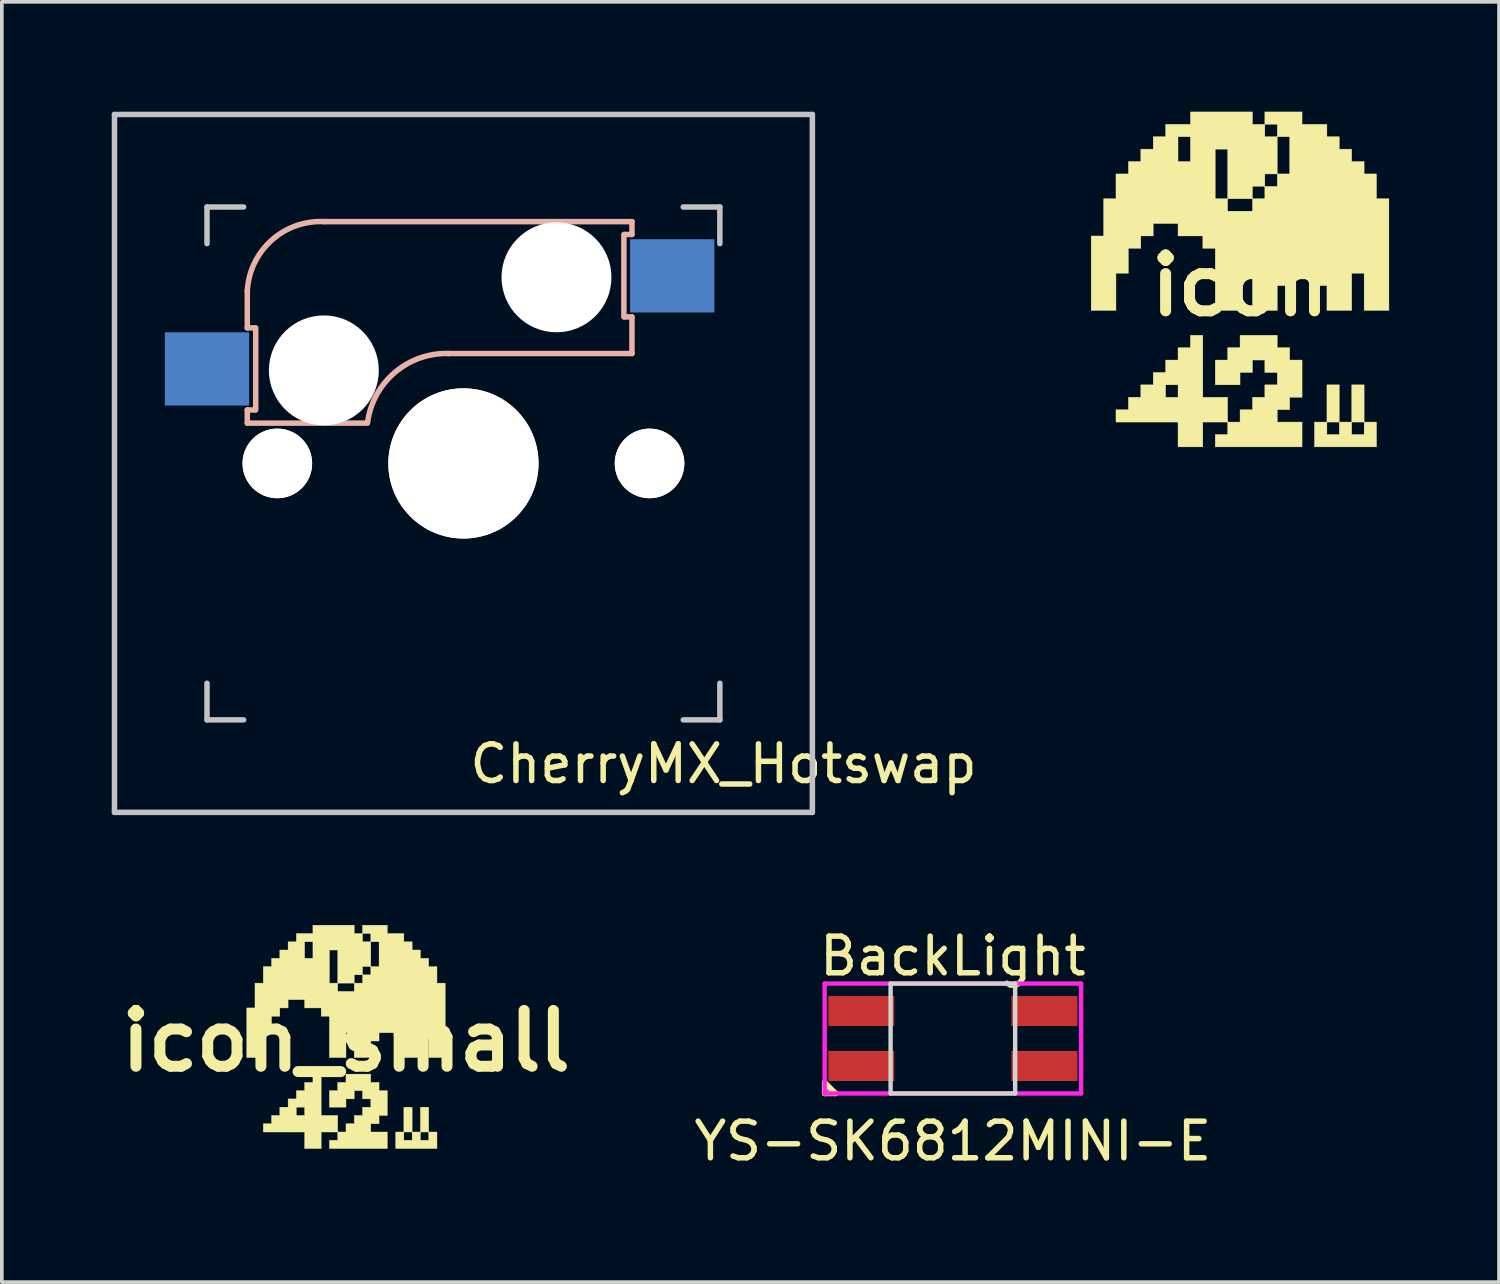
<source format=kicad_pcb>
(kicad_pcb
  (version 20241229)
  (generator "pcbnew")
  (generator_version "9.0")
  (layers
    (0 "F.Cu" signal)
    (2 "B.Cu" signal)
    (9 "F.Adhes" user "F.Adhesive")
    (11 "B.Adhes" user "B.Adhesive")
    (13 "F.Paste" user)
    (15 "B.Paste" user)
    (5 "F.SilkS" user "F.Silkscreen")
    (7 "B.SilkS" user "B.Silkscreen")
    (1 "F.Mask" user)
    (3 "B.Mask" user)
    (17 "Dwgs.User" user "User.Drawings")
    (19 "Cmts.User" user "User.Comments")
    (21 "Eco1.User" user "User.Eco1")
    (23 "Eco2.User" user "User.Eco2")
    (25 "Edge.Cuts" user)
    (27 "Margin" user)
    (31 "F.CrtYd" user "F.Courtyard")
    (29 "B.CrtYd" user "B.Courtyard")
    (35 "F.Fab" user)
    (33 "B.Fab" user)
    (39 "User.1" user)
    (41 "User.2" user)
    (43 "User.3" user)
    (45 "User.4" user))
  (footprint "YS-SK6812MINI-E"
    (layer "F.Cu")
    (at 22.96 25.298)
    (property "Reference" "YS-SK6812MINI-E" (at 0 2.8 0) (unlocked yes) (layer "F.SilkS") (effects (font (size 1 1) (thickness 0.15))))
    (attr through_hole)
    (fp_line (start -3.5 1.2) (end -3.2 1.5) (stroke (width 0.15) (type solid)) (layer "F.SilkS"))
    (fp_line (start -3.5 1.5) (end -3.5 1.2) (stroke (width 0.15) (type solid)) (layer "F.SilkS"))
    (fp_line (start -3.2 1.5) (end -3.5 1.5) (stroke (width 0.15) (type solid)) (layer "F.SilkS"))
    (fp_line (start -1.7 -1.5) (end -1.7 1.5) (stroke (width 0.12) (type solid)) (layer "Edge.Cuts"))
    (fp_line (start -1.7 1.5) (end 1.7 1.5) (stroke (width 0.12) (type solid)) (layer "Edge.Cuts"))
    (fp_line (start 1.7 -1.5) (end -1.7 -1.5) (stroke (width 0.12) (type solid)) (layer "Edge.Cuts"))
    (fp_line (start 1.7 1.5) (end 1.7 -1.5) (stroke (width 0.12) (type solid)) (layer "Edge.Cuts"))
    (fp_line (start -3.5 -1.5) (end -3.5 1.5) (stroke (width 0.12) (type solid)) (layer "F.CrtYd"))
    (fp_line (start -3.5 1.5) (end 3.5 1.5) (stroke (width 0.12) (type solid)) (layer "F.CrtYd"))
    (fp_line (start 3.5 -1.5) (end -3.5 -1.5) (stroke (width 0.12) (type solid)) (layer "F.CrtYd"))
    (fp_line (start 3.5 1.5) (end 3.5 -1.5) (stroke (width 0.12) (type solid)) (layer "F.CrtYd"))
    (fp_text user "BackLight" (at 0 -2.25 0) (unlocked yes) (layer "F.SilkS") (effects (font (size 1 1) (thickness 0.15))))
    (pad "1" smd rect (at 2.5 -0.75) (size 1.8 0.82) (layers "F.Cu" "F.Mask" "F.Paste"))
    (pad "2" smd rect (at 2.5 0.75) (size 1.8 0.82) (layers "F.Cu" "F.Mask" "F.Paste"))
    (pad "3" smd rect (at -2.5 0.75) (size 1.8 0.82) (layers "F.Cu" "F.Mask" "F.Paste"))
    (pad "4" smd rect (at -2.5 -0.75) (size 1.8 0.82) (layers "F.Cu" "F.Mask" "F.Paste")))
  (footprint "icon_small"
    (layer "F.Cu")
    (at 6.394 25.366)
    (property "Reference" "icon_small" (at 0 0 0) (layer "F.SilkS") (effects (font (size 1.524 1.524) (thickness 0.3))))
    (attr through_hole)
    (fp_poly (pts (xy 2.484 2.484) (xy 2.484 2.935) (xy 1.355 2.935) (xy 1.355 2.484) (xy 1.58 2.484) (xy 1.58 2.709) (xy 1.806 2.709) (xy 1.806 2.484) (xy 1.58 2.484) (xy 1.58 1.806) (xy 1.806 1.806) (xy 1.806 2.484) (xy 2.032 2.484) (xy 2.032 2.709) (xy 2.258 2.709) (xy 2.258 2.484) (xy 2.032 2.484) (xy 2.032 1.806) (xy 2.258 1.806) (xy 2.258 2.484) (xy 2.484 2.484)) (stroke (width 0.01) (type solid)) (fill yes) (layer "F.SilkS"))
    (fp_poly (pts (xy -0.677 2.484) (xy -0.677 2.935) (xy -1.129 2.935) (xy -1.129 2.484) (xy -2.258 2.484) (xy -2.258 2.258) (xy -2.032 2.258) (xy -2.032 2.032) (xy -1.806 2.032) (xy -1.806 1.806) (xy -1.58 1.806) (xy -1.355 1.806) (xy -1.355 2.032) (xy -1.129 2.032) (xy -1.129 1.806) (xy -1.355 1.806) (xy -1.58 1.806) (xy -1.58 1.58) (xy -1.355 1.58) (xy -1.355 1.355) (xy -1.129 1.355) (xy -1.129 1.129) (xy -0.903 1.129) (xy -0.903 0.903) (xy -0.677 0.903) (xy -0.677 2.032) (xy -0.226 2.032) (xy -0.226 2.484) (xy -0.677 2.484)) (stroke (width 0.01) (type solid)) (fill yes) (layer "F.SilkS"))
    (fp_poly (pts (xy 0 2.484) (xy 0 2.258) (xy 0.226 2.258) (xy 0.226 2.032) (xy 0.452 2.032) (xy 0.452 1.806) (xy 0.677 1.806) (xy 0.677 1.58) (xy 0.452 1.58) (xy 0.452 1.355) (xy 0.226 1.355) (xy 0.226 1.58) (xy 0 1.58) (xy 0 1.806) (xy -0.452 1.806) (xy -0.452 1.355) (xy -0.226 1.355) (xy -0.226 1.129) (xy 0 1.129) (xy 0 0.903) (xy 0.677 0.903) (xy 0.677 1.129) (xy 0.903 1.129) (xy 0.903 1.355) (xy 1.129 1.355) (xy 1.129 2.032) (xy 0.903 2.032) (xy 0.903 2.258) (xy 0.677 2.258) (xy 0.677 2.484) (xy 1.129 2.484) (xy 1.129 2.935) (xy -0.452 2.935) (xy -0.452 2.709) (xy -0.226 2.709) (xy -0.226 2.484) (xy 0 2.484)) (stroke (width 0.01) (type solid)) (fill yes) (layer "F.SilkS"))
    (fp_poly (pts (xy 0.226 -2.935) (xy 0.452 -2.935) (xy 0.452 -2.709) (xy 0.677 -2.709) (xy 0.677 -2.032) (xy 0.903 -2.032) (xy 0.903 -2.709) (xy 0.677 -2.709) (xy 0.677 -2.935) (xy 0.452 -2.935) (xy 0.452 -3.161) (xy 1.129 -3.161) (xy 1.129 -2.935) (xy 1.58 -2.935) (xy 1.58 -2.709) (xy 1.806 -2.709) (xy 1.806 -2.484) (xy 2.032 -2.484) (xy 2.032 -2.258) (xy 2.258 -2.258) (xy 2.258 -2.032) (xy 2.484 -2.032) (xy 2.484 -1.58) (xy 2.709 -1.58) (xy 2.709 0.452) (xy 2.258 0.452) (xy 2.258 -0.226) (xy 2.032 -0.226) (xy 2.032 0.452) (xy 1.58 0.452) (xy 1.58 0) (xy 1.355 0) (xy 1.355 -0.226) (xy 0.903 -0.226) (xy 0.903 0) (xy 0.677 0) (xy 0.677 0.452) (xy 0.226 0.452) (xy 0.226 -0.226) (xy 0 -0.226) (xy 0 0.452) (xy -0.452 0.452) (xy -0.452 -0.677) (xy -0.677 -0.677) (xy -0.677 -0.903) (xy -1.129 -0.903) (xy -1.129 -1.129) (xy -1.58 -1.129) (xy -1.58 -0.903) (xy -1.806 -0.903) (xy -1.806 -0.677) (xy -2.032 -0.677) (xy -2.032 -0.226) (xy -2.258 -0.226) (xy -2.258 0.452) (xy -2.709 0.452) (xy -2.709 -0.903) (xy -2.484 -0.903) (xy -2.484 -1.355) (xy -0.226 -1.355) (xy 0.226 -1.355) (xy 0.226 -1.58) (xy -0.226 -1.58) (xy -0.226 -1.355) (xy -2.484 -1.355) (xy -2.484 -1.58) (xy -2.258 -1.58) (xy -2.258 -2.032) (xy -2.032 -2.032) (xy -2.032 -2.258) (xy -1.806 -2.258) (xy -1.806 -2.484) (xy -1.58 -2.484) (xy -1.58 -2.709) (xy -1.355 -2.709) (xy -1.129 -2.709) (xy -1.129 -2.258) (xy -0.903 -2.258) (xy -0.903 -2.484) (xy -0.452 -2.484) (xy -0.452 -1.58) (xy -0.226 -1.58) (xy -0.226 -1.806) (xy 0.226 -1.806) (xy 0.226 -1.58) (xy 0.452 -1.58) (xy 0.452 -1.806) (xy 0.226 -1.806) (xy -0.226 -1.806) (xy -0.226 -2.032) (xy 0.452 -2.032) (xy 0.452 -1.806) (xy 0.677 -1.806) (xy 0.677 -2.032) (xy 0.452 -2.032) (xy -0.226 -2.032) (xy -0.226 -2.484) (xy -0.452 -2.484) (xy -0.903 -2.484) (xy -0.903 -2.709) (xy -1.129 -2.709) (xy -1.355 -2.709) (xy -1.355 -2.935) (xy -0.903 -2.935) (xy -0.903 -3.161) (xy 0.226 -3.161) (xy 0.226 -2.935)) (stroke (width 0.01) (type solid)) (fill yes) (layer "F.SilkS")))
  (footprint "CherryMX_Hotswap"
    (layer "F.Cu")
    (at 9.6 9.6)
    (property "Reference" "CherryMX_Hotswap" (at 7.1 8.2 180) (layer "F.SilkS") (effects (font (size 1 1) (thickness 0.15))))
    (attr through_hole)
    (fp_line (start -5.9 -4.7) (end -5.9 -3.7) (stroke (width 0.15) (type solid)) (layer "B.SilkS"))
    (fp_line (start -5.9 -3.7) (end -5.7 -3.7) (stroke (width 0.15) (type solid)) (layer "B.SilkS"))
    (fp_line (start -5.9 -1.1) (end -5.9 -1.46) (stroke (width 0.15) (type solid)) (layer "B.SilkS"))
    (fp_line (start -5.9 -1.1) (end -2.62 -1.1) (stroke (width 0.15) (type solid)) (layer "B.SilkS"))
    (fp_line (start -5.7 -1.46) (end -5.9 -1.46) (stroke (width 0.15) (type solid)) (layer "B.SilkS"))
    (fp_line (start -5.67 -3.7) (end -5.67 -1.46) (stroke (width 0.15) (type solid)) (layer "B.SilkS"))
    (fp_line (start -0.4 -3) (end 4.6 -3) (stroke (width 0.15) (type solid)) (layer "B.SilkS"))
    (fp_line (start 4.38 -4) (end 4.38 -6.25) (stroke (width 0.15) (type solid)) (layer "B.SilkS"))
    (fp_line (start 4.4 -6.25) (end 4.6 -6.25) (stroke (width 0.15) (type solid)) (layer "B.SilkS"))
    (fp_line (start 4.6 -6.6) (end -3.8 -6.6) (stroke (width 0.15) (type solid)) (layer "B.SilkS"))
    (fp_line (start 4.6 -6.25) (end 4.6 -6.6) (stroke (width 0.15) (type solid)) (layer "B.SilkS"))
    (fp_line (start 4.6 -4) (end 4.4 -4) (stroke (width 0.15) (type solid)) (layer "B.SilkS"))
    (fp_line (start 4.6 -3) (end 4.6 -4) (stroke (width 0.15) (type solid)) (layer "B.SilkS"))
    (fp_arc (start -5.9 -4.699999) (mid -5.243504 -6.084924) (end -3.800001 -6.6) (stroke (width 0.15) (type solid)) (layer "B.SilkS"))
    (fp_arc (start -2.616318 -1.121471) (mid -1.868709 -2.486118) (end -0.4 -3) (stroke (width 0.15) (type solid)) (layer "B.SilkS"))
    (fp_line (start -9.525 -9.525) (end 9.525 -9.525) (stroke (width 0.15) (type solid)) (layer "Dwgs.User"))
    (fp_line (start -9.525 9.525) (end -9.525 -9.525) (stroke (width 0.15) (type solid)) (layer "Dwgs.User"))
    (fp_line (start -7 -7) (end -6 -7) (stroke (width 0.15) (type solid)) (layer "Dwgs.User"))
    (fp_line (start -7 -6) (end -7 -7) (stroke (width 0.15) (type solid)) (layer "Dwgs.User"))
    (fp_line (start -7 6) (end -7 7) (stroke (width 0.15) (type solid)) (layer "Dwgs.User"))
    (fp_line (start -7 7) (end -6 7) (stroke (width 0.15) (type solid)) (layer "Dwgs.User"))
    (fp_line (start 6 7) (end 7 7) (stroke (width 0.15) (type solid)) (layer "Dwgs.User"))
    (fp_line (start 7 -7) (end 6 -7) (stroke (width 0.15) (type solid)) (layer "Dwgs.User"))
    (fp_line (start 7 -7) (end 7 -6) (stroke (width 0.15) (type solid)) (layer "Dwgs.User"))
    (fp_line (start 7 7) (end 7 6) (stroke (width 0.15) (type solid)) (layer "Dwgs.User"))
    (fp_line (start 9.525 -9.525) (end 9.525 9.525) (stroke (width 0.15) (type solid)) (layer "Dwgs.User"))
    (fp_line (start 9.525 9.525) (end -9.525 9.525) (stroke (width 0.15) (type solid)) (layer "Dwgs.User"))
    (pad "" np_thru_hole circle (at -5.08 0) (size 1.9 1.9) (drill 1.9) (layers "*.Cu" "*.Mask" "F.SilkS"))
    (pad "" np_thru_hole circle (at -3.81 -2.54 180) (size 3 3) (drill 3) (layers "*.Cu" "*.Mask"))
    (pad "" np_thru_hole circle (at 0 0 90) (size 4.1 4.1) (drill 4.1) (layers "*.Cu" "*.Mask" "F.SilkS"))
    (pad "" np_thru_hole circle (at 2.54 -5.08 180) (size 3 3) (drill 3) (layers "*.Cu" "*.Mask"))
    (pad "" np_thru_hole circle (at 5.08 0) (size 1.9 1.9) (drill 1.9) (layers "*.Cu" "*.Mask" "F.SilkS"))
    (pad "1" smd rect (at -7 -2.58 180) (size 2.3 2) (layers "B.Cu" "B.Mask" "B.Paste"))
    (pad "2" smd rect (at 5.7 -5.12 180) (size 2.3 2) (layers "B.Cu" "B.Mask" "B.Paste")))
  (footprint "icon"
    (layer "F.Cu")
    (at 30.799 4.746)
    (property "Reference" "icon" (at 0 0 0) (layer "F.SilkS") (effects (font (size 1.524 1.524) (thickness 0.3))))
    (attr through_hole)
    (fp_poly (pts (xy 3.725 3.725) (xy 3.725 4.403) (xy 2.032 4.403) (xy 2.032 3.725) (xy 2.371 3.725) (xy 2.371 4.064) (xy 2.709 4.064) (xy 2.709 3.725) (xy 2.371 3.725) (xy 2.371 2.709) (xy 2.709 2.709) (xy 2.709 3.725) (xy 3.048 3.725) (xy 3.048 4.064) (xy 3.387 4.064) (xy 3.387 3.725) (xy 3.048 3.725) (xy 3.048 2.709) (xy 3.387 2.709) (xy 3.387 3.725) (xy 3.725 3.725)) (stroke (width 0.01) (type solid)) (fill yes) (layer "F.SilkS"))
    (fp_poly (pts (xy -1.016 3.725) (xy -1.016 4.403) (xy -1.693 4.403) (xy -1.693 3.725) (xy -3.387 3.725) (xy -3.387 3.387) (xy -3.048 3.387) (xy -3.048 3.048) (xy -2.709 3.048) (xy -2.709 2.709) (xy -2.371 2.709) (xy -2.032 2.709) (xy -2.032 3.048) (xy -1.693 3.048) (xy -1.693 2.709) (xy -2.032 2.709) (xy -2.371 2.709) (xy -2.371 2.371) (xy -2.032 2.371) (xy -2.032 2.032) (xy -1.693 2.032) (xy -1.693 1.693) (xy -1.355 1.693) (xy -1.355 1.355) (xy -1.016 1.355) (xy -1.016 3.048) (xy -0.339 3.048) (xy -0.339 3.725) (xy -1.016 3.725)) (stroke (width 0.01) (type solid)) (fill yes) (layer "F.SilkS"))
    (fp_poly (pts (xy 0 3.725) (xy 0 3.387) (xy 0.339 3.387) (xy 0.339 3.048) (xy 0.677 3.048) (xy 0.677 2.709) (xy 1.016 2.709) (xy 1.016 2.371) (xy 0.677 2.371) (xy 0.677 2.032) (xy 0.339 2.032) (xy 0.339 2.371) (xy 0 2.371) (xy 0 2.709) (xy -0.677 2.709) (xy -0.677 2.032) (xy -0.339 2.032) (xy -0.339 1.693) (xy 0 1.693) (xy 0 1.355) (xy 1.016 1.355) (xy 1.016 1.693) (xy 1.355 1.693) (xy 1.355 2.032) (xy 1.693 2.032) (xy 1.693 3.048) (xy 1.355 3.048) (xy 1.355 3.387) (xy 1.016 3.387) (xy 1.016 3.725) (xy 1.693 3.725) (xy 1.693 4.403) (xy -0.677 4.403) (xy -0.677 4.064) (xy -0.339 4.064) (xy -0.339 3.725) (xy 0 3.725)) (stroke (width 0.01) (type solid)) (fill yes) (layer "F.SilkS"))
    (fp_poly (pts (xy 0.339 -4.403) (xy 0.677 -4.403) (xy 0.677 -4.064) (xy 1.016 -4.064) (xy 1.016 -3.048) (xy 1.355 -3.048) (xy 1.355 -4.064) (xy 1.016 -4.064) (xy 1.016 -4.403) (xy 0.677 -4.403) (xy 0.677 -4.741) (xy 1.693 -4.741) (xy 1.693 -4.403) (xy 2.371 -4.403) (xy 2.371 -4.064) (xy 2.709 -4.064) (xy 2.709 -3.725) (xy 3.048 -3.725) (xy 3.048 -3.387) (xy 3.387 -3.387) (xy 3.387 -3.048) (xy 3.725 -3.048) (xy 3.725 -2.371) (xy 4.064 -2.371) (xy 4.064 0.677) (xy 3.387 0.677) (xy 3.387 -0.339) (xy 3.048 -0.339) (xy 3.048 0.677) (xy 2.371 0.677) (xy 2.371 0) (xy 2.032 0) (xy 2.032 -0.339) (xy 1.355 -0.339) (xy 1.355 0) (xy 1.016 0) (xy 1.016 0.677) (xy 0.339 0.677) (xy 0.339 -0.339) (xy 0 -0.339) (xy 0 0.677) (xy -0.677 0.677) (xy -0.677 -1.016) (xy -1.016 -1.016) (xy -1.016 -1.355) (xy -1.693 -1.355) (xy -1.693 -1.693) (xy -2.371 -1.693) (xy -2.371 -1.355) (xy -2.709 -1.355) (xy -2.709 -1.016) (xy -3.048 -1.016) (xy -3.048 -0.339) (xy -3.387 -0.339) (xy -3.387 0.677) (xy -4.064 0.677) (xy -4.064 -1.355) (xy -3.725 -1.355) (xy -3.725 -2.032) (xy -0.339 -2.032) (xy 0.339 -2.032) (xy 0.339 -2.371) (xy -0.339 -2.371) (xy -0.339 -2.032) (xy -3.725 -2.032) (xy -3.725 -2.371) (xy -3.387 -2.371) (xy -3.387 -3.048) (xy -3.048 -3.048) (xy -3.048 -3.387) (xy -2.709 -3.387) (xy -2.709 -3.725) (xy -2.371 -3.725) (xy -2.371 -4.064) (xy -2.032 -4.064) (xy -1.693 -4.064) (xy -1.693 -3.387) (xy -1.355 -3.387) (xy -1.355 -3.725) (xy -0.677 -3.725) (xy -0.677 -2.371) (xy -0.339 -2.371) (xy -0.339 -2.709) (xy 0.339 -2.709) (xy 0.339 -2.371) (xy 0.677 -2.371) (xy 0.677 -2.709) (xy 0.339 -2.709) (xy -0.339 -2.709) (xy -0.339 -3.048) (xy 0.677 -3.048) (xy 0.677 -2.709) (xy 1.016 -2.709) (xy 1.016 -3.048) (xy 0.677 -3.048) (xy -0.339 -3.048) (xy -0.339 -3.725) (xy -0.677 -3.725) (xy -1.355 -3.725) (xy -1.355 -4.064) (xy -1.693 -4.064) (xy -2.032 -4.064) (xy -2.032 -4.403) (xy -1.355 -4.403) (xy -1.355 -4.741) (xy 0.339 -4.741) (xy 0.339 -4.403)) (stroke (width 0.01) (type solid)) (fill yes) (layer "F.SilkS")))
  (gr_rect
    (start -3 -3)
    (end 37.868 31.947)
    (stroke (width 0.1) (type default))
    (fill no)
    (layer "Edge.Cuts")))
</source>
